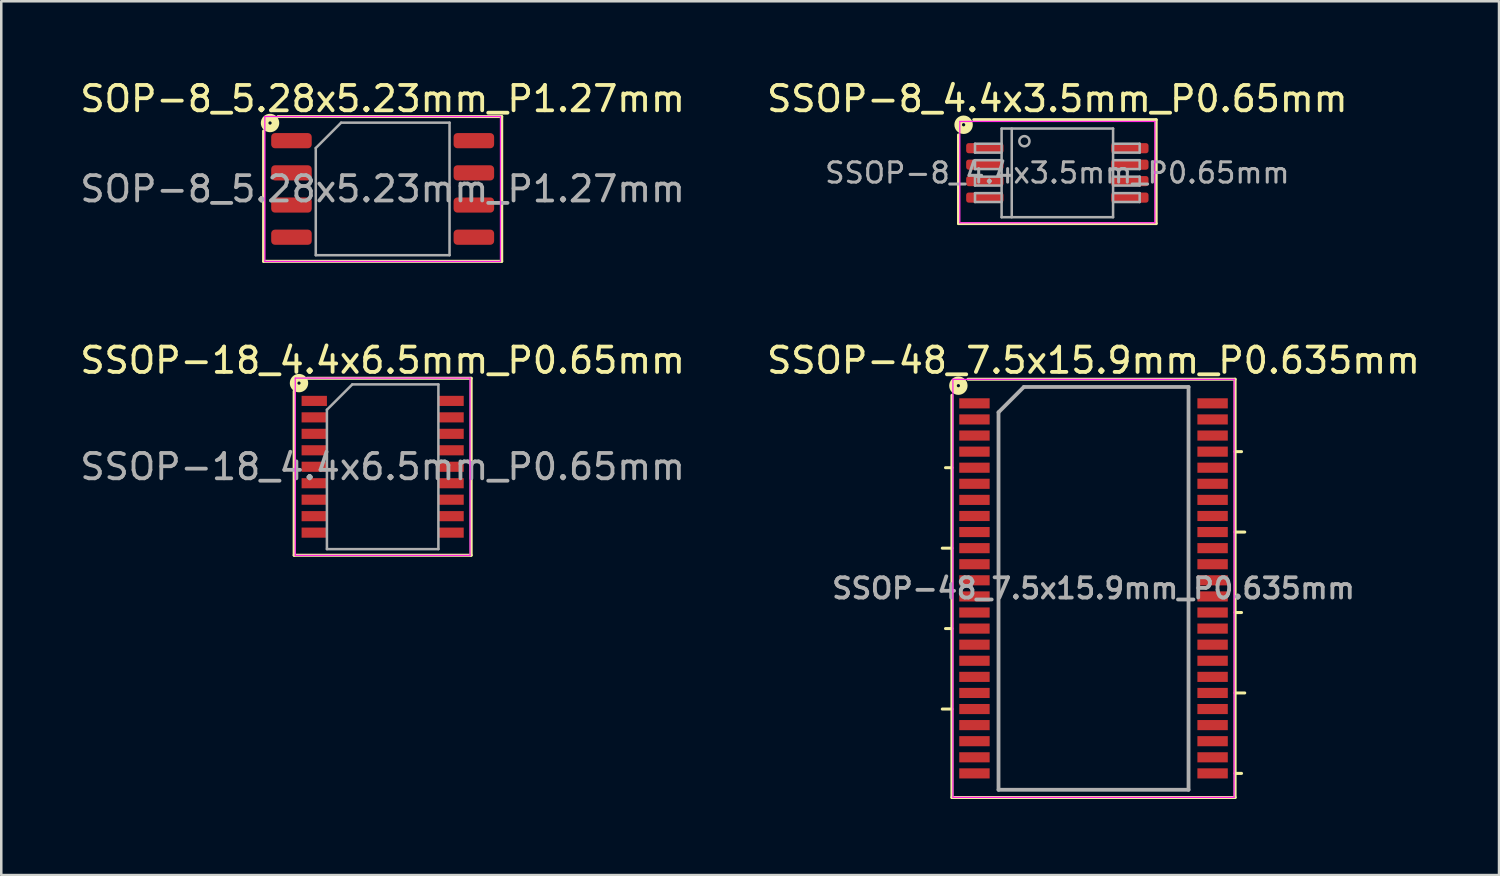
<source format=kicad_pcb>
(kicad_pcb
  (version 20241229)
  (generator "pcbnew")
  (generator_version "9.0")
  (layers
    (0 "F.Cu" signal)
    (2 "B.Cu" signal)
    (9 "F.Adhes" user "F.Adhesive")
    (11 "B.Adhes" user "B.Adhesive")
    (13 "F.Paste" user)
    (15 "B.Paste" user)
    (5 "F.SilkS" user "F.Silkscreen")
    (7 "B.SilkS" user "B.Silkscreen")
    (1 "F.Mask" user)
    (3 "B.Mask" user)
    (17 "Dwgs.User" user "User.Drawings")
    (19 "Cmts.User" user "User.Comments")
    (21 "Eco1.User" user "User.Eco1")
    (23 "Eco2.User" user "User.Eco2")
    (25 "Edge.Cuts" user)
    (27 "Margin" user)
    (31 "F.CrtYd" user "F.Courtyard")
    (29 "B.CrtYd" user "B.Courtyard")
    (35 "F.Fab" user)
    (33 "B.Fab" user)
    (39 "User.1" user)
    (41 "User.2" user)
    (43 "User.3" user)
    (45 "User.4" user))
  (footprint "SSOP-18_4.4x6.5mm_P0.65mm"
    (layer "F.Cu")
    (at 12.054 15.374)
    (property "Reference" "SSOP-18_4.4x6.5mm_P0.65mm" (at 0 -4.2 0) (layer "F.SilkS") (effects (font (size 1 1) (thickness 0.15))))
    (attr smd)
    (fp_line (start -3.493 -2.985) (end -3.493 3.493) (stroke (width 0.12) (type solid)) (layer "F.SilkS"))
    (fp_line (start -3.493 3.493) (end 3.493 3.493) (stroke (width 0.12) (type solid)) (layer "F.SilkS"))
    (fp_line (start 3.493 -3.493) (end -2.985 -3.493) (stroke (width 0.12) (type solid)) (layer "F.SilkS"))
    (fp_line (start 3.493 3.493) (end 3.493 -3.493) (stroke (width 0.12) (type solid)) (layer "F.SilkS"))
    (fp_circle (center -3.302 -3.302) (end -3.239 -3.302) (stroke (width 0.3) (type solid)) (fill no) (layer "F.SilkS"))
    (fp_line (start -3.45 -3.5) (end 3.45 -3.5) (stroke (width 0.05) (type solid)) (layer "F.CrtYd"))
    (fp_line (start -3.45 3.5) (end -3.45 -3.5) (stroke (width 0.05) (type solid)) (layer "F.CrtYd"))
    (fp_line (start 3.45 -3.5) (end 3.45 3.5) (stroke (width 0.05) (type solid)) (layer "F.CrtYd"))
    (fp_line (start 3.45 3.5) (end -3.45 3.5) (stroke (width 0.05) (type solid)) (layer "F.CrtYd"))
    (fp_line (start -2.2 -2.25) (end -1.2 -3.25) (stroke (width 0.1) (type solid)) (layer "F.Fab"))
    (fp_line (start -2.2 3.25) (end -2.2 -2.25) (stroke (width 0.1) (type solid)) (layer "F.Fab"))
    (fp_line (start -1.2 -3.25) (end 2.2 -3.25) (stroke (width 0.1) (type solid)) (layer "F.Fab"))
    (fp_line (start 2.2 -3.25) (end 2.2 3.25) (stroke (width 0.1) (type solid)) (layer "F.Fab"))
    (fp_line (start 2.2 3.25) (end -2.2 3.25) (stroke (width 0.1) (type solid)) (layer "F.Fab"))
    (fp_text user "${REFERENCE}" (at 0 0 0) (layer "F.Fab") (effects (font (size 1 1) (thickness 0.15))))
    (pad "1" smd rect (at -2.7 -2.6) (size 1 0.4) (layers "F.Cu" "F.Mask" "F.Paste"))
    (pad "2" smd rect (at -2.7 -1.95) (size 1 0.4) (layers "F.Cu" "F.Mask" "F.Paste"))
    (pad "3" smd rect (at -2.7 -1.3) (size 1 0.4) (layers "F.Cu" "F.Mask" "F.Paste"))
    (pad "4" smd rect (at -2.7 -0.65) (size 1 0.4) (layers "F.Cu" "F.Mask" "F.Paste"))
    (pad "5" smd rect (at -2.7 0) (size 1 0.4) (layers "F.Cu" "F.Mask" "F.Paste"))
    (pad "6" smd rect (at -2.7 0.65) (size 1 0.4) (layers "F.Cu" "F.Mask" "F.Paste"))
    (pad "7" smd rect (at -2.7 1.3) (size 1 0.4) (layers "F.Cu" "F.Mask" "F.Paste"))
    (pad "8" smd rect (at -2.7 1.95) (size 1 0.4) (layers "F.Cu" "F.Mask" "F.Paste"))
    (pad "9" smd rect (at -2.7 2.6) (size 1 0.4) (layers "F.Cu" "F.Mask" "F.Paste"))
    (pad "10" smd rect (at 2.7 2.6) (size 1 0.4) (layers "F.Cu" "F.Mask" "F.Paste"))
    (pad "11" smd rect (at 2.7 1.95) (size 1 0.4) (layers "F.Cu" "F.Mask" "F.Paste"))
    (pad "12" smd rect (at 2.7 1.3) (size 1 0.4) (layers "F.Cu" "F.Mask" "F.Paste"))
    (pad "13" smd rect (at 2.7 0.65) (size 1 0.4) (layers "F.Cu" "F.Mask" "F.Paste"))
    (pad "14" smd rect (at 2.7 0) (size 1 0.4) (layers "F.Cu" "F.Mask" "F.Paste"))
    (pad "15" smd rect (at 2.7 -0.65) (size 1 0.4) (layers "F.Cu" "F.Mask" "F.Paste"))
    (pad "16" smd rect (at 2.7 -1.3) (size 1 0.4) (layers "F.Cu" "F.Mask" "F.Paste"))
    (pad "17" smd rect (at 2.7 -1.95) (size 1 0.4) (layers "F.Cu" "F.Mask" "F.Paste"))
    (pad "18" smd rect (at 2.7 -2.6) (size 1 0.4) (layers "F.Cu" "F.Mask" "F.Paste")))
  (footprint "SOP-8_5.28x5.23mm_P1.27mm"
    (layer "F.Cu")
    (at 12.054 4.408)
    (property "Reference" "SOP-8_5.28x5.23mm_P1.27mm" (at 0 -3.56 0) (layer "F.SilkS") (effects (font (size 1 1) (thickness 0.15))))
    (attr smd)
    (fp_line (start -4.699 -2.286) (end -4.699 2.857) (stroke (width 0.12) (type solid)) (layer "F.SilkS"))
    (fp_line (start -4.699 2.857) (end 4.699 2.857) (stroke (width 0.12) (type solid)) (layer "F.SilkS"))
    (fp_line (start 4.699 -2.857) (end -4.128 -2.857) (stroke (width 0.12) (type solid)) (layer "F.SilkS"))
    (fp_line (start 4.699 2.857) (end 4.699 -2.857) (stroke (width 0.12) (type solid)) (layer "F.SilkS"))
    (fp_circle (center -4.445 -2.603) (end -4.381 -2.603) (stroke (width 0.3) (type solid)) (fill no) (layer "F.SilkS"))
    (fp_line (start -4.65 -2.86) (end -4.65 2.86) (stroke (width 0.05) (type solid)) (layer "F.CrtYd"))
    (fp_line (start -4.65 2.86) (end 4.65 2.86) (stroke (width 0.05) (type solid)) (layer "F.CrtYd"))
    (fp_line (start 4.65 -2.86) (end -4.65 -2.86) (stroke (width 0.05) (type solid)) (layer "F.CrtYd"))
    (fp_line (start 4.65 2.86) (end 4.65 -2.86) (stroke (width 0.05) (type solid)) (layer "F.CrtYd"))
    (fp_line (start -2.64 -1.615) (end -1.64 -2.615) (stroke (width 0.1) (type solid)) (layer "F.Fab"))
    (fp_line (start -2.64 2.615) (end -2.64 -1.615) (stroke (width 0.1) (type solid)) (layer "F.Fab"))
    (fp_line (start -1.64 -2.615) (end 2.64 -2.615) (stroke (width 0.1) (type solid)) (layer "F.Fab"))
    (fp_line (start 2.64 -2.615) (end 2.64 2.615) (stroke (width 0.1) (type solid)) (layer "F.Fab"))
    (fp_line (start 2.64 2.615) (end -2.64 2.615) (stroke (width 0.1) (type solid)) (layer "F.Fab"))
    (fp_text user "${REFERENCE}" (at 0 0 0) (layer "F.Fab") (effects (font (size 1 1) (thickness 0.15))))
    (pad "1" smd roundrect (at -3.6 -1.905) (size 1.6 0.6) (layers "F.Cu" "F.Mask" "F.Paste") (roundrect_rratio 0.25))
    (pad "2" smd roundrect (at -3.6 -0.635) (size 1.6 0.6) (layers "F.Cu" "F.Mask" "F.Paste") (roundrect_rratio 0.25))
    (pad "3" smd roundrect (at -3.6 0.635) (size 1.6 0.6) (layers "F.Cu" "F.Mask" "F.Paste") (roundrect_rratio 0.25))
    (pad "4" smd roundrect (at -3.6 1.905) (size 1.6 0.6) (layers "F.Cu" "F.Mask" "F.Paste") (roundrect_rratio 0.25))
    (pad "5" smd roundrect (at 3.6 1.905) (size 1.6 0.6) (layers "F.Cu" "F.Mask" "F.Paste") (roundrect_rratio 0.25))
    (pad "6" smd roundrect (at 3.6 0.635) (size 1.6 0.6) (layers "F.Cu" "F.Mask" "F.Paste") (roundrect_rratio 0.25))
    (pad "7" smd roundrect (at 3.6 -0.635) (size 1.6 0.6) (layers "F.Cu" "F.Mask" "F.Paste") (roundrect_rratio 0.25))
    (pad "8" smd roundrect (at 3.6 -1.905) (size 1.6 0.6) (layers "F.Cu" "F.Mask" "F.Paste") (roundrect_rratio 0.25)))
  (footprint "SSOP-8_4.4x3.5mm_P0.65mm"
    (layer "F.Cu")
    (at 38.685 3.774)
    (property "Reference" "SSOP-8_4.4x3.5mm_P0.65mm" (at 0 -2.925 0) (layer "F.SilkS") (effects (font (size 1 1) (thickness 0.15))))
    (attr smd)
    (fp_line (start -3.9 -1.5) (end -3.9 2) (stroke (width 0.12) (type solid)) (layer "F.SilkS"))
    (fp_line (start -3.9 2) (end 3.9 2) (stroke (width 0.12) (type solid)) (layer "F.SilkS"))
    (fp_line (start 3.9 -2.1) (end -3.3 -2.1) (stroke (width 0.12) (type solid)) (layer "F.SilkS"))
    (fp_line (start 3.9 2) (end 3.9 -2.1) (stroke (width 0.12) (type solid)) (layer "F.SilkS"))
    (fp_circle (center -3.7 -1.9) (end -3.636 -1.9) (stroke (width 0.3) (type solid)) (fill no) (layer "F.SilkS"))
    (fp_line (start -3.85 -2.032) (end -3.85 1.968) (stroke (width 0.05) (type solid)) (layer "F.CrtYd"))
    (fp_line (start -3.85 1.968) (end 3.85 1.968) (stroke (width 0.05) (type solid)) (layer "F.CrtYd"))
    (fp_line (start 3.85 -2.032) (end -3.85 -2.032) (stroke (width 0.05) (type solid)) (layer "F.CrtYd"))
    (fp_line (start 3.85 1.968) (end 3.85 -2.032) (stroke (width 0.05) (type solid)) (layer "F.CrtYd"))
    (fp_line (start -3.25 -1.15) (end -3.25 -0.8) (stroke (width 0.1) (type solid)) (layer "F.Fab"))
    (fp_line (start -3.25 -1.15) (end -2.2 -1.15) (stroke (width 0.1) (type solid)) (layer "F.Fab"))
    (fp_line (start -3.25 -0.8) (end -2.2 -0.8) (stroke (width 0.1) (type solid)) (layer "F.Fab"))
    (fp_line (start -3.25 -0.5) (end -3.25 -0.15) (stroke (width 0.1) (type solid)) (layer "F.Fab"))
    (fp_line (start -3.25 -0.5) (end -2.2 -0.5) (stroke (width 0.1) (type solid)) (layer "F.Fab"))
    (fp_line (start -3.25 -0.15) (end -2.2 -0.15) (stroke (width 0.1) (type solid)) (layer "F.Fab"))
    (fp_line (start -3.25 0.15) (end -3.25 0.5) (stroke (width 0.1) (type solid)) (layer "F.Fab"))
    (fp_line (start -3.25 0.15) (end -2.2 0.15) (stroke (width 0.1) (type solid)) (layer "F.Fab"))
    (fp_line (start -3.25 0.5) (end -2.2 0.5) (stroke (width 0.1) (type solid)) (layer "F.Fab"))
    (fp_line (start -3.25 0.8) (end -3.25 1.15) (stroke (width 0.1) (type solid)) (layer "F.Fab"))
    (fp_line (start -3.25 0.8) (end -2.2 0.8) (stroke (width 0.1) (type solid)) (layer "F.Fab"))
    (fp_line (start -3.25 1.15) (end -2.2 1.15) (stroke (width 0.1) (type solid)) (layer "F.Fab"))
    (fp_line (start -2.2 -1.75) (end 2.2 -1.75) (stroke (width 0.1) (type solid)) (layer "F.Fab"))
    (fp_line (start -2.2 1.75) (end -2.2 -1.75) (stroke (width 0.1) (type solid)) (layer "F.Fab"))
    (fp_line (start -1.8 -1.75) (end -1.8 1.75) (stroke (width 0.1) (type solid)) (layer "F.Fab"))
    (fp_line (start 2.2 -1.75) (end 2.2 1.75) (stroke (width 0.1) (type solid)) (layer "F.Fab"))
    (fp_line (start 2.2 1.75) (end -2.2 1.75) (stroke (width 0.1) (type solid)) (layer "F.Fab"))
    (fp_line (start 3.25 -1.15) (end 2.2 -1.15) (stroke (width 0.1) (type solid)) (layer "F.Fab"))
    (fp_line (start 3.25 -0.8) (end 2.2 -0.8) (stroke (width 0.1) (type solid)) (layer "F.Fab"))
    (fp_line (start 3.25 -0.8) (end 3.25 -1.15) (stroke (width 0.1) (type solid)) (layer "F.Fab"))
    (fp_line (start 3.25 -0.5) (end 2.2 -0.5) (stroke (width 0.1) (type solid)) (layer "F.Fab"))
    (fp_line (start 3.25 -0.15) (end 2.2 -0.15) (stroke (width 0.1) (type solid)) (layer "F.Fab"))
    (fp_line (start 3.25 -0.15) (end 3.25 -0.5) (stroke (width 0.1) (type solid)) (layer "F.Fab"))
    (fp_line (start 3.25 0.15) (end 2.2 0.15) (stroke (width 0.1) (type solid)) (layer "F.Fab"))
    (fp_line (start 3.25 0.5) (end 2.2 0.5) (stroke (width 0.1) (type solid)) (layer "F.Fab"))
    (fp_line (start 3.25 0.5) (end 3.25 0.15) (stroke (width 0.1) (type solid)) (layer "F.Fab"))
    (fp_line (start 3.25 0.8) (end 2.2 0.8) (stroke (width 0.1) (type solid)) (layer "F.Fab"))
    (fp_line (start 3.25 1.15) (end 2.2 1.15) (stroke (width 0.1) (type solid)) (layer "F.Fab"))
    (fp_line (start 3.25 1.15) (end 3.25 0.8) (stroke (width 0.1) (type solid)) (layer "F.Fab"))
    (fp_circle (center -1.3 -1.25) (end -1.1 -1.25) (stroke (width 0.1) (type solid)) (fill no) (layer "F.Fab"))
    (fp_text user "${REFERENCE}" (at 0 0 0) (layer "F.Fab") (effects (font (size 0.8 0.8) (thickness 0.12))))
    (pad "1" smd roundrect (at -2.862 -0.975) (size 1.475 0.4) (layers "F.Cu" "F.Mask" "F.Paste") (roundrect_rratio 0.25))
    (pad "2" smd roundrect (at -2.862 -0.325) (size 1.475 0.4) (layers "F.Cu" "F.Mask" "F.Paste") (roundrect_rratio 0.25))
    (pad "3" smd roundrect (at -2.862 0.325) (size 1.475 0.4) (layers "F.Cu" "F.Mask" "F.Paste") (roundrect_rratio 0.25))
    (pad "4" smd roundrect (at -2.862 0.975) (size 1.475 0.4) (layers "F.Cu" "F.Mask" "F.Paste") (roundrect_rratio 0.25))
    (pad "5" smd roundrect (at 2.862 0.975) (size 1.475 0.4) (layers "F.Cu" "F.Mask" "F.Paste") (roundrect_rratio 0.25))
    (pad "6" smd roundrect (at 2.862 0.325) (size 1.475 0.4) (layers "F.Cu" "F.Mask" "F.Paste") (roundrect_rratio 0.25))
    (pad "7" smd roundrect (at 2.862 -0.325) (size 1.475 0.4) (layers "F.Cu" "F.Mask" "F.Paste") (roundrect_rratio 0.25))
    (pad "8" smd roundrect (at 2.862 -0.975) (size 1.475 0.4) (layers "F.Cu" "F.Mask" "F.Paste") (roundrect_rratio 0.25)))
  (footprint "SSOP-48_7.5x15.9mm_P0.635mm"
    (layer "F.Cu")
    (at 40.113 20.174)
    (property "Reference" "SSOP-48_7.5x15.9mm_P0.635mm" (at 0 -9 0) (layer "F.SilkS") (effects (font (size 1 1) (thickness 0.15))))
    (attr smd)
    (fp_line (start -5.588 -7.62) (end -5.588 8.255) (stroke (width 0.12) (type solid)) (layer "F.SilkS"))
    (fp_line (start -5.588 -4.763) (end -5.842 -4.763) (stroke (width 0.12) (type solid)) (layer "F.SilkS"))
    (fp_line (start -5.588 -1.587) (end -5.969 -1.587) (stroke (width 0.12) (type solid)) (layer "F.SilkS"))
    (fp_line (start -5.588 1.587) (end -5.842 1.587) (stroke (width 0.12) (type solid)) (layer "F.SilkS"))
    (fp_line (start -5.588 4.763) (end -5.969 4.763) (stroke (width 0.12) (type solid)) (layer "F.SilkS"))
    (fp_line (start -5.588 8.255) (end 5.588 8.255) (stroke (width 0.12) (type solid)) (layer "F.SilkS"))
    (fp_line (start 5.588 -8.255) (end -4.953 -8.255) (stroke (width 0.12) (type solid)) (layer "F.SilkS"))
    (fp_line (start 5.588 -5.397) (end 5.842 -5.397) (stroke (width 0.12) (type solid)) (layer "F.SilkS"))
    (fp_line (start 5.588 -2.223) (end 5.969 -2.223) (stroke (width 0.12) (type solid)) (layer "F.SilkS"))
    (fp_line (start 5.588 0.953) (end 5.842 0.953) (stroke (width 0.12) (type solid)) (layer "F.SilkS"))
    (fp_line (start 5.588 4.128) (end 5.969 4.128) (stroke (width 0.12) (type solid)) (layer "F.SilkS"))
    (fp_line (start 5.588 7.303) (end 5.842 7.303) (stroke (width 0.12) (type solid)) (layer "F.SilkS"))
    (fp_line (start 5.588 8.255) (end 5.588 -8.255) (stroke (width 0.12) (type solid)) (layer "F.SilkS"))
    (fp_circle (center -5.334 -8.001) (end -5.271 -8.001) (stroke (width 0.3) (type solid)) (fill no) (layer "F.SilkS"))
    (fp_line (start -5.55 -8.25) (end -5.55 8.25) (stroke (width 0.05) (type solid)) (layer "F.CrtYd"))
    (fp_line (start -5.55 -8.25) (end 5.55 -8.25) (stroke (width 0.05) (type solid)) (layer "F.CrtYd"))
    (fp_line (start -5.55 8.25) (end 5.55 8.25) (stroke (width 0.05) (type solid)) (layer "F.CrtYd"))
    (fp_line (start 5.55 -8.25) (end 5.55 8.25) (stroke (width 0.05) (type solid)) (layer "F.CrtYd"))
    (fp_line (start -3.75 -6.95) (end -2.75 -7.95) (stroke (width 0.15) (type solid)) (layer "F.Fab"))
    (fp_line (start -3.75 7.95) (end -3.75 -6.95) (stroke (width 0.15) (type solid)) (layer "F.Fab"))
    (fp_line (start -2.75 -7.95) (end 3.75 -7.95) (stroke (width 0.15) (type solid)) (layer "F.Fab"))
    (fp_line (start 3.75 -7.95) (end 3.75 7.95) (stroke (width 0.15) (type solid)) (layer "F.Fab"))
    (fp_line (start 3.75 7.95) (end -3.75 7.95) (stroke (width 0.15) (type solid)) (layer "F.Fab"))
    (fp_text user "${REFERENCE}" (at 0 0 0) (layer "F.Fab") (effects (font (size 0.8 0.8) (thickness 0.15))))
    (pad "1" smd rect (at -4.7 -7.303) (size 1.2 0.4) (layers "F.Cu" "F.Mask" "F.Paste"))
    (pad "2" smd rect (at -4.7 -6.668) (size 1.2 0.4) (layers "F.Cu" "F.Mask" "F.Paste"))
    (pad "3" smd rect (at -4.7 -6.032) (size 1.2 0.4) (layers "F.Cu" "F.Mask" "F.Paste"))
    (pad "4" smd rect (at -4.7 -5.397) (size 1.2 0.4) (layers "F.Cu" "F.Mask" "F.Paste"))
    (pad "5" smd rect (at -4.7 -4.763) (size 1.2 0.4) (layers "F.Cu" "F.Mask" "F.Paste"))
    (pad "6" smd rect (at -4.7 -4.128) (size 1.2 0.4) (layers "F.Cu" "F.Mask" "F.Paste"))
    (pad "7" smd rect (at -4.7 -3.493) (size 1.2 0.4) (layers "F.Cu" "F.Mask" "F.Paste"))
    (pad "8" smd rect (at -4.7 -2.857) (size 1.2 0.4) (layers "F.Cu" "F.Mask" "F.Paste"))
    (pad "9" smd rect (at -4.7 -2.223) (size 1.2 0.4) (layers "F.Cu" "F.Mask" "F.Paste"))
    (pad "10" smd rect (at -4.7 -1.587) (size 1.2 0.4) (layers "F.Cu" "F.Mask" "F.Paste"))
    (pad "11" smd rect (at -4.7 -0.953) (size 1.2 0.4) (layers "F.Cu" "F.Mask" "F.Paste"))
    (pad "12" smd rect (at -4.7 -0.318) (size 1.2 0.4) (layers "F.Cu" "F.Mask" "F.Paste"))
    (pad "13" smd rect (at -4.7 0.318) (size 1.2 0.4) (layers "F.Cu" "F.Mask" "F.Paste"))
    (pad "14" smd rect (at -4.7 0.953) (size 1.2 0.4) (layers "F.Cu" "F.Mask" "F.Paste"))
    (pad "15" smd rect (at -4.7 1.587) (size 1.2 0.4) (layers "F.Cu" "F.Mask" "F.Paste"))
    (pad "16" smd rect (at -4.7 2.223) (size 1.2 0.4) (layers "F.Cu" "F.Mask" "F.Paste"))
    (pad "17" smd rect (at -4.7 2.857) (size 1.2 0.4) (layers "F.Cu" "F.Mask" "F.Paste"))
    (pad "18" smd rect (at -4.7 3.493) (size 1.2 0.4) (layers "F.Cu" "F.Mask" "F.Paste"))
    (pad "19" smd rect (at -4.7 4.128) (size 1.2 0.4) (layers "F.Cu" "F.Mask" "F.Paste"))
    (pad "20" smd rect (at -4.7 4.763) (size 1.2 0.4) (layers "F.Cu" "F.Mask" "F.Paste"))
    (pad "21" smd rect (at -4.7 5.397) (size 1.2 0.4) (layers "F.Cu" "F.Mask" "F.Paste"))
    (pad "22" smd rect (at -4.7 6.032) (size 1.2 0.4) (layers "F.Cu" "F.Mask" "F.Paste"))
    (pad "23" smd rect (at -4.7 6.668) (size 1.2 0.4) (layers "F.Cu" "F.Mask" "F.Paste"))
    (pad "24" smd rect (at -4.7 7.303) (size 1.2 0.4) (layers "F.Cu" "F.Mask" "F.Paste"))
    (pad "25" smd rect (at 4.7 7.303) (size 1.2 0.4) (layers "F.Cu" "F.Mask" "F.Paste"))
    (pad "26" smd rect (at 4.7 6.668) (size 1.2 0.4) (layers "F.Cu" "F.Mask" "F.Paste"))
    (pad "27" smd rect (at 4.7 6.032) (size 1.2 0.4) (layers "F.Cu" "F.Mask" "F.Paste"))
    (pad "28" smd rect (at 4.7 5.397) (size 1.2 0.4) (layers "F.Cu" "F.Mask" "F.Paste"))
    (pad "29" smd rect (at 4.7 4.763) (size 1.2 0.4) (layers "F.Cu" "F.Mask" "F.Paste"))
    (pad "30" smd rect (at 4.7 4.128) (size 1.2 0.4) (layers "F.Cu" "F.Mask" "F.Paste"))
    (pad "31" smd rect (at 4.7 3.493) (size 1.2 0.4) (layers "F.Cu" "F.Mask" "F.Paste"))
    (pad "32" smd rect (at 4.7 2.857) (size 1.2 0.4) (layers "F.Cu" "F.Mask" "F.Paste"))
    (pad "33" smd rect (at 4.7 2.223) (size 1.2 0.4) (layers "F.Cu" "F.Mask" "F.Paste"))
    (pad "34" smd rect (at 4.7 1.587) (size 1.2 0.4) (layers "F.Cu" "F.Mask" "F.Paste"))
    (pad "35" smd rect (at 4.7 0.953) (size 1.2 0.4) (layers "F.Cu" "F.Mask" "F.Paste"))
    (pad "36" smd rect (at 4.7 0.318) (size 1.2 0.4) (layers "F.Cu" "F.Mask" "F.Paste"))
    (pad "37" smd rect (at 4.7 -0.318) (size 1.2 0.4) (layers "F.Cu" "F.Mask" "F.Paste"))
    (pad "38" smd rect (at 4.7 -0.953) (size 1.2 0.4) (layers "F.Cu" "F.Mask" "F.Paste"))
    (pad "39" smd rect (at 4.7 -1.587) (size 1.2 0.4) (layers "F.Cu" "F.Mask" "F.Paste"))
    (pad "40" smd rect (at 4.7 -2.223) (size 1.2 0.4) (layers "F.Cu" "F.Mask" "F.Paste"))
    (pad "41" smd rect (at 4.7 -2.857) (size 1.2 0.4) (layers "F.Cu" "F.Mask" "F.Paste"))
    (pad "42" smd rect (at 4.7 -3.493) (size 1.2 0.4) (layers "F.Cu" "F.Mask" "F.Paste"))
    (pad "43" smd rect (at 4.7 -4.128) (size 1.2 0.4) (layers "F.Cu" "F.Mask" "F.Paste"))
    (pad "44" smd rect (at 4.7 -4.763) (size 1.2 0.4) (layers "F.Cu" "F.Mask" "F.Paste"))
    (pad "45" smd rect (at 4.7 -5.397) (size 1.2 0.4) (layers "F.Cu" "F.Mask" "F.Paste"))
    (pad "46" smd rect (at 4.7 -6.032) (size 1.2 0.4) (layers "F.Cu" "F.Mask" "F.Paste"))
    (pad "47" smd rect (at 4.7 -6.668) (size 1.2 0.4) (layers "F.Cu" "F.Mask" "F.Paste"))
    (pad "48" smd rect (at 4.7 -7.303) (size 1.2 0.4) (layers "F.Cu" "F.Mask" "F.Paste")))
  (gr_rect
    (start -3 -3)
    (end 56.119 31.489)
    (stroke (width 0.1) (type default))
    (fill no)
    (layer "Edge.Cuts")))
</source>
